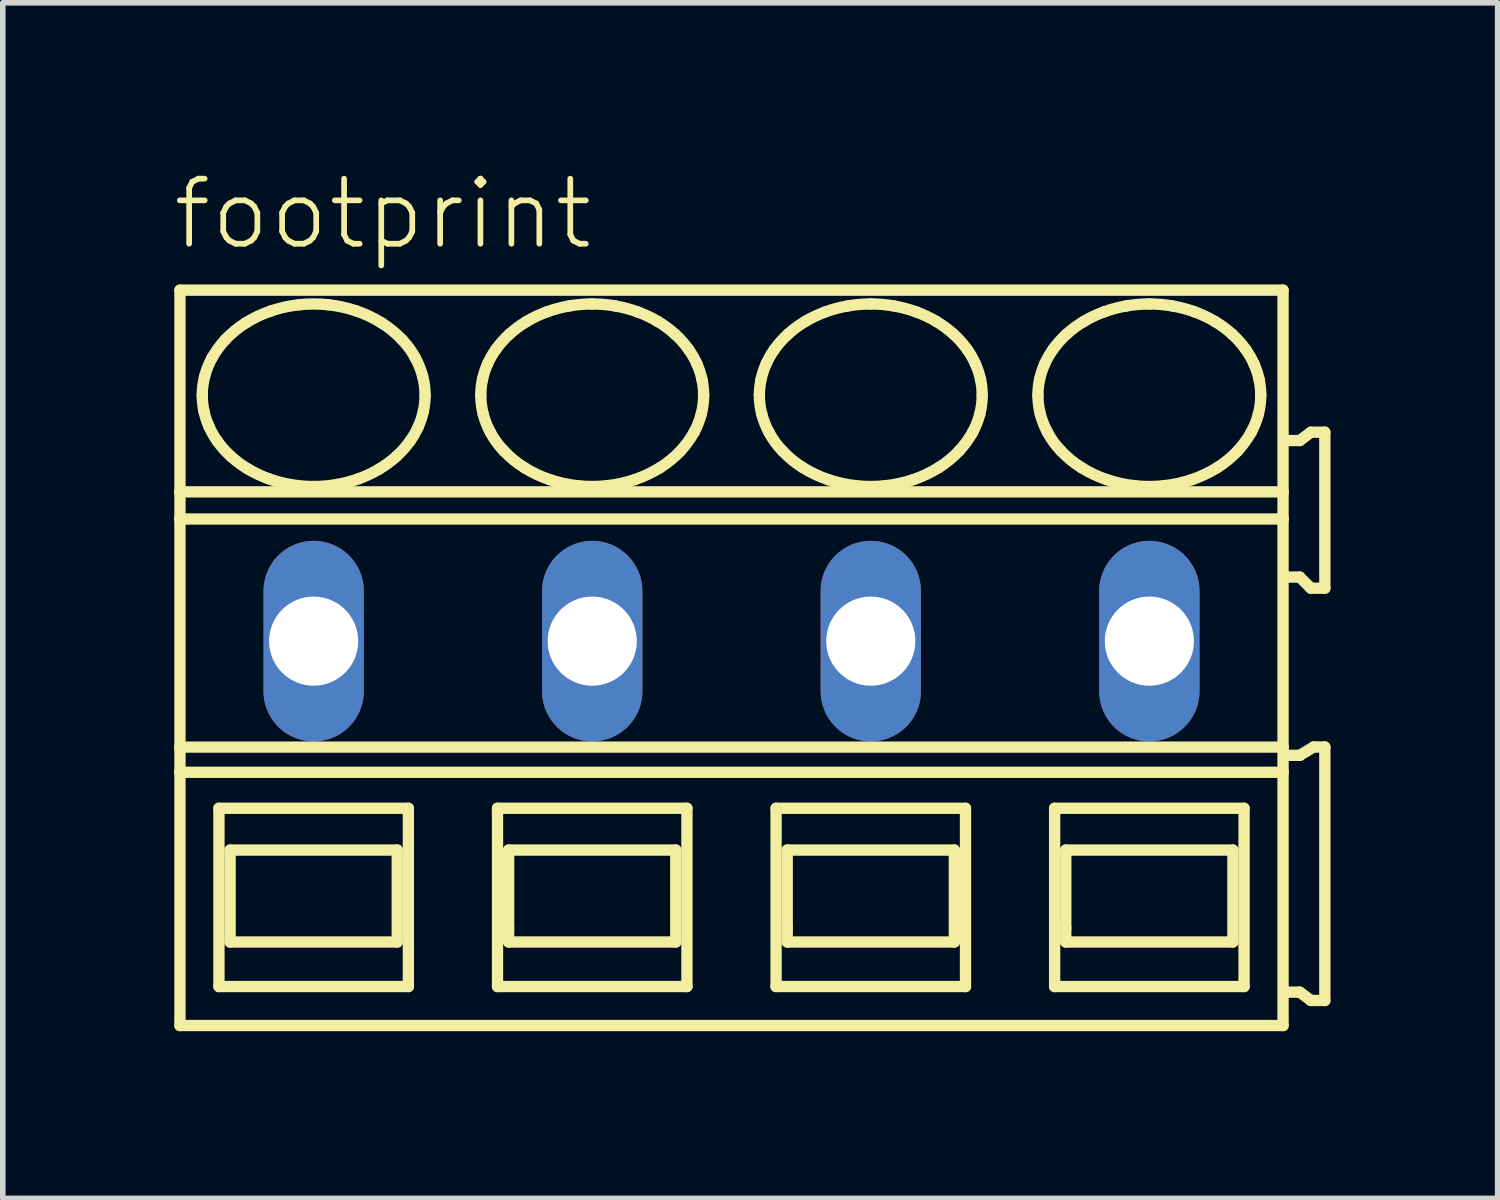
<source format=kicad_pcb>
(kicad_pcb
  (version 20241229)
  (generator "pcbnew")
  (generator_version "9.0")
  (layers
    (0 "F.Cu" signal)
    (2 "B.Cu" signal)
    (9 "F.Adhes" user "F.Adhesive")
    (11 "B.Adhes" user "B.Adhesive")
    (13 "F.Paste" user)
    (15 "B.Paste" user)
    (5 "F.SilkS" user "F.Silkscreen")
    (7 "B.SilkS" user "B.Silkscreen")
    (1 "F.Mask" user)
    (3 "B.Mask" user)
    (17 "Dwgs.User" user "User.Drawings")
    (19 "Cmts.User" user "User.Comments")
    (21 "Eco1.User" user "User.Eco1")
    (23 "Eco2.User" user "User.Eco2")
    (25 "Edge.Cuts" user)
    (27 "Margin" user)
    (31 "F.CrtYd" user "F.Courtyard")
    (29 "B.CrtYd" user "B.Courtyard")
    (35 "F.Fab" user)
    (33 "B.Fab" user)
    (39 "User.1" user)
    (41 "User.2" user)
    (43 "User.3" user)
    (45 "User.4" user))
  (footprint "footprint"
    (layer "F.Cu")
    (at 5.08 8.458)
    (property "Reference" "footprint" (at -5.08 -6.985 0) (layer "F.SilkS") (effects (font (size 1.168 1.168) (thickness 0.102)) (justify left bottom)))
    (fp_line (start -4.9 -6.3) (end -4.9 -2.679) (stroke (width 0.203) (type solid)) (layer "F.SilkS"))
    (fp_line (start -4.9 -2.679) (end -4.9 -2.192) (stroke (width 0.203) (type solid)) (layer "F.SilkS"))
    (fp_line (start -4.9 -2.192) (end -4.9 1.902) (stroke (width 0.203) (type solid)) (layer "F.SilkS"))
    (fp_line (start -4.9 1.902) (end -4.9 2.354) (stroke (width 0.203) (type solid)) (layer "F.SilkS"))
    (fp_line (start -4.9 2.354) (end -4.9 6.9) (stroke (width 0.203) (type solid)) (layer "F.SilkS"))
    (fp_line (start -4.9 6.9) (end 14.9 6.9) (stroke (width 0.203) (type solid)) (layer "F.SilkS"))
    (fp_line (start -4.2 3) (end -4.2 6.2) (stroke (width 0.203) (type solid)) (layer "F.SilkS"))
    (fp_line (start -4.2 6.2) (end -0.8 6.2) (stroke (width 0.203) (type solid)) (layer "F.SilkS"))
    (fp_line (start -4 3.75) (end -4 5.4) (stroke (width 0.203) (type solid)) (layer "F.SilkS"))
    (fp_line (start -4 5.4) (end -1 5.4) (stroke (width 0.203) (type solid)) (layer "F.SilkS"))
    (fp_line (start -1 3.75) (end -4 3.75) (stroke (width 0.203) (type solid)) (layer "F.SilkS"))
    (fp_line (start -1 5.4) (end -1 3.75) (stroke (width 0.203) (type solid)) (layer "F.SilkS"))
    (fp_line (start -0.8 3) (end -4.2 3) (stroke (width 0.203) (type solid)) (layer "F.SilkS"))
    (fp_line (start -0.8 6.2) (end -0.8 3) (stroke (width 0.203) (type solid)) (layer "F.SilkS"))
    (fp_line (start 0.8 3) (end 0.8 6.2) (stroke (width 0.203) (type solid)) (layer "F.SilkS"))
    (fp_line (start 0.8 6.2) (end 4.2 6.2) (stroke (width 0.203) (type solid)) (layer "F.SilkS"))
    (fp_line (start 1 3.75) (end 1 5.15) (stroke (width 0.203) (type solid)) (layer "F.SilkS"))
    (fp_line (start 1 5.15) (end 1 5.4) (stroke (width 0.203) (type solid)) (layer "F.SilkS"))
    (fp_line (start 1 5.4) (end 4 5.4) (stroke (width 0.203) (type solid)) (layer "F.SilkS"))
    (fp_line (start 4 3.75) (end 1 3.75) (stroke (width 0.203) (type solid)) (layer "F.SilkS"))
    (fp_line (start 4 5.4) (end 4 3.75) (stroke (width 0.203) (type solid)) (layer "F.SilkS"))
    (fp_line (start 4.2 3) (end 0.8 3) (stroke (width 0.203) (type solid)) (layer "F.SilkS"))
    (fp_line (start 4.2 6.2) (end 4.2 3) (stroke (width 0.203) (type solid)) (layer "F.SilkS"))
    (fp_line (start 5.8 3) (end 5.8 6.2) (stroke (width 0.203) (type solid)) (layer "F.SilkS"))
    (fp_line (start 5.8 6.2) (end 9.2 6.2) (stroke (width 0.203) (type solid)) (layer "F.SilkS"))
    (fp_line (start 6 3.75) (end 6 5.15) (stroke (width 0.203) (type solid)) (layer "F.SilkS"))
    (fp_line (start 6 5.15) (end 6 5.4) (stroke (width 0.203) (type solid)) (layer "F.SilkS"))
    (fp_line (start 6 5.4) (end 9 5.4) (stroke (width 0.203) (type solid)) (layer "F.SilkS"))
    (fp_line (start 9 3.75) (end 6 3.75) (stroke (width 0.203) (type solid)) (layer "F.SilkS"))
    (fp_line (start 9 5.4) (end 9 3.75) (stroke (width 0.203) (type solid)) (layer "F.SilkS"))
    (fp_line (start 9.2 3) (end 5.8 3) (stroke (width 0.203) (type solid)) (layer "F.SilkS"))
    (fp_line (start 9.2 6.2) (end 9.2 3) (stroke (width 0.203) (type solid)) (layer "F.SilkS"))
    (fp_line (start 10.8 3) (end 10.8 6.2) (stroke (width 0.203) (type solid)) (layer "F.SilkS"))
    (fp_line (start 10.8 6.2) (end 14.2 6.2) (stroke (width 0.203) (type solid)) (layer "F.SilkS"))
    (fp_line (start 11 3.75) (end 11 5.15) (stroke (width 0.203) (type solid)) (layer "F.SilkS"))
    (fp_line (start 11 5.15) (end 11 5.4) (stroke (width 0.203) (type solid)) (layer "F.SilkS"))
    (fp_line (start 11 5.4) (end 14 5.4) (stroke (width 0.203) (type solid)) (layer "F.SilkS"))
    (fp_line (start 14 3.75) (end 11 3.75) (stroke (width 0.203) (type solid)) (layer "F.SilkS"))
    (fp_line (start 14 5.4) (end 14 3.75) (stroke (width 0.203) (type solid)) (layer "F.SilkS"))
    (fp_line (start 14.2 3) (end 10.8 3) (stroke (width 0.203) (type solid)) (layer "F.SilkS"))
    (fp_line (start 14.2 6.2) (end 14.2 3) (stroke (width 0.203) (type solid)) (layer "F.SilkS"))
    (fp_line (start 14.9 -6.3) (end -4.9 -6.3) (stroke (width 0.203) (type solid)) (layer "F.SilkS"))
    (fp_line (start 14.9 -2.679) (end -4.9 -2.679) (stroke (width 0.203) (type solid)) (layer "F.SilkS"))
    (fp_line (start 14.9 -2.679) (end 14.9 -6.3) (stroke (width 0.203) (type solid)) (layer "F.SilkS"))
    (fp_line (start 14.9 -2.192) (end -4.9 -2.192) (stroke (width 0.203) (type solid)) (layer "F.SilkS"))
    (fp_line (start 14.9 -2.192) (end 14.9 -2.679) (stroke (width 0.203) (type solid)) (layer "F.SilkS"))
    (fp_line (start 14.9 1.902) (end -4.9 1.902) (stroke (width 0.203) (type solid)) (layer "F.SilkS"))
    (fp_line (start 14.9 1.902) (end 14.9 -2.192) (stroke (width 0.203) (type solid)) (layer "F.SilkS"))
    (fp_line (start 14.9 2.354) (end -4.9 2.354) (stroke (width 0.203) (type solid)) (layer "F.SilkS"))
    (fp_line (start 14.9 2.354) (end 14.9 1.902) (stroke (width 0.203) (type solid)) (layer "F.SilkS"))
    (fp_line (start 14.9 6.9) (end 14.9 2.354) (stroke (width 0.203) (type solid)) (layer "F.SilkS"))
    (fp_line (start 15 -1.15) (end 15.2 -1.15) (stroke (width 0.203) (type solid)) (layer "F.SilkS"))
    (fp_line (start 15 6.3) (end 15.2 6.3) (stroke (width 0.203) (type solid)) (layer "F.SilkS"))
    (fp_line (start 15.2 -3.6) (end 15 -3.6) (stroke (width 0.203) (type solid)) (layer "F.SilkS"))
    (fp_line (start 15.2 -1.15) (end 15.4 -0.95) (stroke (width 0.203) (type solid)) (layer "F.SilkS"))
    (fp_line (start 15.2 2.05) (end 15 2.05) (stroke (width 0.203) (type solid)) (layer "F.SilkS"))
    (fp_line (start 15.2 6.3) (end 15.4 6.45) (stroke (width 0.203) (type solid)) (layer "F.SilkS"))
    (fp_line (start 15.4 -3.75) (end 15.2 -3.6) (stroke (width 0.203) (type solid)) (layer "F.SilkS"))
    (fp_line (start 15.4 -0.95) (end 15.65 -0.95) (stroke (width 0.203) (type solid)) (layer "F.SilkS"))
    (fp_line (start 15.4 6.45) (end 15.65 6.45) (stroke (width 0.203) (type solid)) (layer "F.SilkS"))
    (fp_line (start 15.45 1.9) (end 15.2 2.05) (stroke (width 0.203) (type solid)) (layer "F.SilkS"))
    (fp_line (start 15.65 -3.75) (end 15.4 -3.75) (stroke (width 0.203) (type solid)) (layer "F.SilkS"))
    (fp_line (start 15.65 -0.95) (end 15.65 -3.75) (stroke (width 0.203) (type solid)) (layer "F.SilkS"))
    (fp_line (start 15.65 1.9) (end 15.45 1.9) (stroke (width 0.203) (type solid)) (layer "F.SilkS"))
    (fp_line (start 15.65 6.45) (end 15.65 1.9) (stroke (width 0.203) (type solid)) (layer "F.SilkS"))
    (fp_arc (start -4.5 -4.4136) (mid -4.488905 -4.585389) (end -4.4562 -4.7544) (stroke (width 0.2032) (type solid)) (layer "F.SilkS"))
    (fp_arc (start -4.4695 -4.1287) (mid -4.492308 -4.270341) (end -4.5 -4.4136) (stroke (width 0.2032) (type solid)) (layer "F.SilkS"))
    (fp_arc (start -4.4562 -4.7544) (mid -4.401558 -4.920839) (end -4.3273 -5.0795) (stroke (width 0.2032) (type solid)) (layer "F.SilkS"))
    (fp_arc (start -4.3795 -3.8536) (mid -4.431599 -3.988827) (end -4.4695 -4.1287) (stroke (width 0.2032) (type solid)) (layer "F.SilkS"))
    (fp_arc (start -4.3274 -5.0795) (mid -4.216217 -5.252167) (end -4.0864 -5.4113) (stroke (width 0.2032) (type solid)) (layer "F.SilkS"))
    (fp_arc (start -4.232 -3.5945) (mid -4.312155 -3.720404) (end -4.3795 -3.8536) (stroke (width 0.2032) (type solid)) (layer "F.SilkS"))
    (fp_arc (start -4.0864 -5.4113) (mid -3.911717 -5.573771) (end -3.718 -5.713) (stroke (width 0.2032) (type solid)) (layer "F.SilkS"))
    (fp_arc (start -3.9861 -3.3171) (mid -4.116737 -3.448975) (end -4.2321 -3.5944) (stroke (width 0.2032) (type solid)) (layer "F.SilkS"))
    (fp_arc (start -3.718 -5.713) (mid -3.497651 -5.83326) (end -3.2649 -5.9273) (stroke (width 0.2032) (type solid)) (layer "F.SilkS"))
    (fp_arc (start -3.676 -3.0884) (mid -3.836846 -3.194891) (end -3.9861 -3.3171) (stroke (width 0.2032) (type solid)) (layer "F.SilkS"))
    (fp_arc (start -3.313 -2.9167) (mid -3.498551 -2.993985) (end -3.676 -3.0884) (stroke (width 0.2032) (type solid)) (layer "F.SilkS"))
    (fp_arc (start -3.2649 -5.9273) (mid -3.016253 -5.996227) (end -2.7616 -6.0378) (stroke (width 0.2032) (type solid)) (layer "F.SilkS"))
    (fp_arc (start -2.9161 -2.8111) (mid -3.116893 -2.855096) (end -3.313 -2.9167) (stroke (width 0.2032) (type solid)) (layer "F.SilkS"))
    (fp_arc (start -2.7616 -6.0378) (mid -2.5 -6.051841) (end -2.2384 -6.0378) (stroke (width 0.2032) (type solid)) (layer "F.SilkS"))
    (fp_arc (start -2.5 -2.7752) (mid -2.708826 -2.784159) (end -2.9161 -2.8111) (stroke (width 0.2032) (type solid)) (layer "F.SilkS"))
    (fp_arc (start -2.2384 -6.0378) (mid -1.983714 -5.996379) (end -1.7351 -5.9273) (stroke (width 0.2032) (type solid)) (layer "F.SilkS"))
    (fp_arc (start -2.0839 -2.8111) (mid -2.291182 -2.784277) (end -2.5 -2.7753) (stroke (width 0.2032) (type solid)) (layer "F.SilkS"))
    (fp_arc (start -1.7351 -5.9273) (mid -1.502222 -5.83353) (end -1.282 -5.713) (stroke (width 0.2032) (type solid)) (layer "F.SilkS"))
    (fp_arc (start -1.687 -2.9167) (mid -1.883129 -2.855175) (end -2.0839 -2.8111) (stroke (width 0.2032) (type solid)) (layer "F.SilkS"))
    (fp_arc (start -1.324 -3.0884) (mid -1.501514 -2.994123) (end -1.687 -2.9167) (stroke (width 0.2032) (type solid)) (layer "F.SilkS"))
    (fp_arc (start -1.282 -5.713) (mid -1.088036 -5.574073) (end -0.9136 -5.4113) (stroke (width 0.2032) (type solid)) (layer "F.SilkS"))
    (fp_arc (start -1.0139 -3.3171) (mid -1.163276 -3.195057) (end -1.324 -3.0884) (stroke (width 0.2032) (type solid)) (layer "F.SilkS"))
    (fp_arc (start -0.9137 -5.4112) (mid -0.781313 -5.253987) (end -0.6727 -5.0795) (stroke (width 0.2032) (type solid)) (layer "F.SilkS"))
    (fp_arc (start -0.7679 -3.5944) (mid -0.88339 -3.449088) (end -1.0139 -3.3171) (stroke (width 0.2032) (type solid)) (layer "F.SilkS"))
    (fp_arc (start -0.6727 -5.0795) (mid -0.598286 -4.920901) (end -0.5438 -4.7544) (stroke (width 0.2032) (type solid)) (layer "F.SilkS"))
    (fp_arc (start -0.6204 -3.8536) (mid -0.687861 -3.720421) (end -0.7679 -3.5944) (stroke (width 0.2032) (type solid)) (layer "F.SilkS"))
    (fp_arc (start -0.5438 -4.7544) (mid -0.511083 -4.58539) (end -0.5 -4.4136) (stroke (width 0.2032) (type solid)) (layer "F.SilkS"))
    (fp_arc (start -0.5305 -4.1287) (mid -0.568473 -3.988851) (end -0.6205 -3.8536) (stroke (width 0.2032) (type solid)) (layer "F.SilkS"))
    (fp_arc (start -0.5001 -4.4136) (mid -0.507739 -4.270343) (end -0.5305 -4.1287) (stroke (width 0.2032) (type solid)) (layer "F.SilkS"))
    (fp_arc (start 0.5 -4.4136) (mid 0.507693 -4.556809) (end 0.5305 -4.6984) (stroke (width 0.2032) (type solid)) (layer "F.SilkS"))
    (fp_arc (start 0.5305 -4.6984) (mid 0.568467 -4.8383) (end 0.6205 -4.9736) (stroke (width 0.2032) (type solid)) (layer "F.SilkS"))
    (fp_arc (start 0.5438 -4.0727) (mid 0.511073 -4.241759) (end 0.5 -4.4136) (stroke (width 0.2032) (type solid)) (layer "F.SilkS"))
    (fp_arc (start 0.6204 -4.9736) (mid 0.687866 -5.106728) (end 0.7679 -5.2327) (stroke (width 0.2032) (type solid)) (layer "F.SilkS"))
    (fp_arc (start 0.6727 -3.7476) (mid 0.598289 -3.9062) (end 0.5438 -4.0727) (stroke (width 0.2032) (type solid)) (layer "F.SilkS"))
    (fp_arc (start 0.7679 -5.2327) (mid 0.883386 -5.378016) (end 1.0139 -5.51) (stroke (width 0.2032) (type solid)) (layer "F.SilkS"))
    (fp_arc (start 0.9136 -3.4159) (mid 0.781267 -3.57312) (end 0.6727 -3.7476) (stroke (width 0.2032) (type solid)) (layer "F.SilkS"))
    (fp_arc (start 1.0139 -5.51) (mid 1.163277 -5.632042) (end 1.324 -5.7387) (stroke (width 0.2032) (type solid)) (layer "F.SilkS"))
    (fp_arc (start 1.282 -3.1141) (mid 1.088032 -3.253077) (end 0.9136 -3.4159) (stroke (width 0.2032) (type solid)) (layer "F.SilkS"))
    (fp_arc (start 1.324 -5.7387) (mid 1.501514 -5.832977) (end 1.687 -5.9104) (stroke (width 0.2032) (type solid)) (layer "F.SilkS"))
    (fp_arc (start 1.687 -5.9104) (mid 1.883129 -5.971925) (end 2.0839 -6.016) (stroke (width 0.2032) (type solid)) (layer "F.SilkS"))
    (fp_arc (start 1.7351 -2.8998) (mid 1.502222 -2.993571) (end 1.282 -3.1141) (stroke (width 0.2032) (type solid)) (layer "F.SilkS"))
    (fp_arc (start 2.0839 -6.0161) (mid 2.291183 -6.042919) (end 2.5 -6.0519) (stroke (width 0.2032) (type solid)) (layer "F.SilkS"))
    (fp_arc (start 2.2384 -2.7893) (mid 1.983714 -2.830721) (end 1.7351 -2.8998) (stroke (width 0.2032) (type solid)) (layer "F.SilkS"))
    (fp_arc (start 2.5 -6.0519) (mid 2.708826 -6.042941) (end 2.9161 -6.016) (stroke (width 0.2032) (type solid)) (layer "F.SilkS"))
    (fp_arc (start 2.7616 -2.7893) (mid 2.5 -2.775259) (end 2.2384 -2.7893) (stroke (width 0.2032) (type solid)) (layer "F.SilkS"))
    (fp_arc (start 2.9161 -6.016) (mid 3.116893 -5.972004) (end 3.313 -5.9104) (stroke (width 0.2032) (type solid)) (layer "F.SilkS"))
    (fp_arc (start 3.2649 -2.8998) (mid 3.016253 -2.830873) (end 2.7616 -2.7893) (stroke (width 0.2032) (type solid)) (layer "F.SilkS"))
    (fp_arc (start 3.313 -5.9104) (mid 3.498552 -5.833116) (end 3.676 -5.7387) (stroke (width 0.2032) (type solid)) (layer "F.SilkS"))
    (fp_arc (start 3.676 -5.7387) (mid 3.836846 -5.632209) (end 3.9861 -5.51) (stroke (width 0.2032) (type solid)) (layer "F.SilkS"))
    (fp_arc (start 3.718 -3.1141) (mid 3.497651 -2.993839) (end 3.2649 -2.8998) (stroke (width 0.2032) (type solid)) (layer "F.SilkS"))
    (fp_arc (start 3.9861 -5.51) (mid 4.116738 -5.378126) (end 4.2321 -5.2327) (stroke (width 0.2032) (type solid)) (layer "F.SilkS"))
    (fp_arc (start 4.0864 -3.4159) (mid 3.911721 -3.253378) (end 3.718 -3.1141) (stroke (width 0.2032) (type solid)) (layer "F.SilkS"))
    (fp_arc (start 4.2321 -5.2327) (mid 4.312204 -5.106793) (end 4.3795 -4.9736) (stroke (width 0.2032) (type solid)) (layer "F.SilkS"))
    (fp_arc (start 4.3273 -3.7476) (mid 4.216161 -3.574988) (end 4.0864 -3.4159) (stroke (width 0.2032) (type solid)) (layer "F.SilkS"))
    (fp_arc (start 4.3795 -4.9736) (mid 4.431605 -4.838324) (end 4.4695 -4.6984) (stroke (width 0.2032) (type solid)) (layer "F.SilkS"))
    (fp_arc (start 4.4562 -4.0727) (mid 4.401557 -3.906262) (end 4.3273 -3.7476) (stroke (width 0.2032) (type solid)) (layer "F.SilkS"))
    (fp_arc (start 4.4695 -4.6984) (mid 4.4923 -4.556809) (end 4.5 -4.4136) (stroke (width 0.2032) (type solid)) (layer "F.SilkS"))
    (fp_arc (start 4.5 -4.4136) (mid 4.488914 -4.241761) (end 4.4562 -4.0727) (stroke (width 0.2032) (type solid)) (layer "F.SilkS"))
    (fp_arc (start 5.5 -4.4136) (mid 5.507693 -4.556809) (end 5.5305 -4.6984) (stroke (width 0.2032) (type solid)) (layer "F.SilkS"))
    (fp_arc (start 5.5305 -4.6984) (mid 5.568467 -4.8383) (end 5.6205 -4.9736) (stroke (width 0.2032) (type solid)) (layer "F.SilkS"))
    (fp_arc (start 5.5438 -4.0727) (mid 5.511073 -4.241759) (end 5.5 -4.4136) (stroke (width 0.2032) (type solid)) (layer "F.SilkS"))
    (fp_arc (start 5.6204 -4.9736) (mid 5.687866 -5.106728) (end 5.7679 -5.2327) (stroke (width 0.2032) (type solid)) (layer "F.SilkS"))
    (fp_arc (start 5.6727 -3.7476) (mid 5.598289 -3.9062) (end 5.5438 -4.0727) (stroke (width 0.2032) (type solid)) (layer "F.SilkS"))
    (fp_arc (start 5.7679 -5.2327) (mid 5.883386 -5.378016) (end 6.0139 -5.51) (stroke (width 0.2032) (type solid)) (layer "F.SilkS"))
    (fp_arc (start 5.9136 -3.4159) (mid 5.781267 -3.57312) (end 5.6727 -3.7476) (stroke (width 0.2032) (type solid)) (layer "F.SilkS"))
    (fp_arc (start 6.0139 -5.51) (mid 6.163277 -5.632042) (end 6.324 -5.7387) (stroke (width 0.2032) (type solid)) (layer "F.SilkS"))
    (fp_arc (start 6.282 -3.1141) (mid 6.088032 -3.253077) (end 5.9136 -3.4159) (stroke (width 0.2032) (type solid)) (layer "F.SilkS"))
    (fp_arc (start 6.324 -5.7387) (mid 6.501514 -5.832977) (end 6.687 -5.9104) (stroke (width 0.2032) (type solid)) (layer "F.SilkS"))
    (fp_arc (start 6.687 -5.9104) (mid 6.883129 -5.971925) (end 7.0839 -6.016) (stroke (width 0.2032) (type solid)) (layer "F.SilkS"))
    (fp_arc (start 6.7351 -2.8998) (mid 6.502222 -2.993571) (end 6.282 -3.1141) (stroke (width 0.2032) (type solid)) (layer "F.SilkS"))
    (fp_arc (start 7.0839 -6.0161) (mid 7.291183 -6.042919) (end 7.5 -6.0519) (stroke (width 0.2032) (type solid)) (layer "F.SilkS"))
    (fp_arc (start 7.2384 -2.7893) (mid 6.983714 -2.830721) (end 6.7351 -2.8998) (stroke (width 0.2032) (type solid)) (layer "F.SilkS"))
    (fp_arc (start 7.5 -6.0519) (mid 7.708826 -6.042941) (end 7.9161 -6.016) (stroke (width 0.2032) (type solid)) (layer "F.SilkS"))
    (fp_arc (start 7.7616 -2.7893) (mid 7.5 -2.775259) (end 7.2384 -2.7893) (stroke (width 0.2032) (type solid)) (layer "F.SilkS"))
    (fp_arc (start 7.9161 -6.016) (mid 8.116893 -5.972004) (end 8.313 -5.9104) (stroke (width 0.2032) (type solid)) (layer "F.SilkS"))
    (fp_arc (start 8.2649 -2.8998) (mid 8.016253 -2.830873) (end 7.7616 -2.7893) (stroke (width 0.2032) (type solid)) (layer "F.SilkS"))
    (fp_arc (start 8.313 -5.9104) (mid 8.498552 -5.833116) (end 8.676 -5.7387) (stroke (width 0.2032) (type solid)) (layer "F.SilkS"))
    (fp_arc (start 8.676 -5.7387) (mid 8.836846 -5.632209) (end 8.9861 -5.51) (stroke (width 0.2032) (type solid)) (layer "F.SilkS"))
    (fp_arc (start 8.718 -3.1141) (mid 8.497651 -2.993839) (end 8.2649 -2.8998) (stroke (width 0.2032) (type solid)) (layer "F.SilkS"))
    (fp_arc (start 8.9861 -5.51) (mid 9.116738 -5.378126) (end 9.2321 -5.2327) (stroke (width 0.2032) (type solid)) (layer "F.SilkS"))
    (fp_arc (start 9.0864 -3.4159) (mid 8.911721 -3.253378) (end 8.718 -3.1141) (stroke (width 0.2032) (type solid)) (layer "F.SilkS"))
    (fp_arc (start 9.2321 -5.2327) (mid 9.312204 -5.106793) (end 9.3795 -4.9736) (stroke (width 0.2032) (type solid)) (layer "F.SilkS"))
    (fp_arc (start 9.3273 -3.7476) (mid 9.216161 -3.574988) (end 9.0864 -3.4159) (stroke (width 0.2032) (type solid)) (layer "F.SilkS"))
    (fp_arc (start 9.3795 -4.9736) (mid 9.431605 -4.838324) (end 9.4695 -4.6984) (stroke (width 0.2032) (type solid)) (layer "F.SilkS"))
    (fp_arc (start 9.4562 -4.0727) (mid 9.401557 -3.906262) (end 9.3273 -3.7476) (stroke (width 0.2032) (type solid)) (layer "F.SilkS"))
    (fp_arc (start 9.4695 -4.6984) (mid 9.4923 -4.556809) (end 9.5 -4.4136) (stroke (width 0.2032) (type solid)) (layer "F.SilkS"))
    (fp_arc (start 9.5 -4.4136) (mid 9.488914 -4.241761) (end 9.4562 -4.0727) (stroke (width 0.2032) (type solid)) (layer "F.SilkS"))
    (fp_arc (start 10.5 -4.4136) (mid 10.507693 -4.556809) (end 10.5305 -4.6984) (stroke (width 0.2032) (type solid)) (layer "F.SilkS"))
    (fp_arc (start 10.5305 -4.6984) (mid 10.568467 -4.8383) (end 10.6205 -4.9736) (stroke (width 0.2032) (type solid)) (layer "F.SilkS"))
    (fp_arc (start 10.5438 -4.0727) (mid 10.511073 -4.241759) (end 10.5 -4.4136) (stroke (width 0.2032) (type solid)) (layer "F.SilkS"))
    (fp_arc (start 10.6204 -4.9736) (mid 10.687866 -5.106728) (end 10.7679 -5.2327) (stroke (width 0.2032) (type solid)) (layer "F.SilkS"))
    (fp_arc (start 10.6727 -3.7476) (mid 10.598289 -3.9062) (end 10.5438 -4.0727) (stroke (width 0.2032) (type solid)) (layer "F.SilkS"))
    (fp_arc (start 10.7679 -5.2327) (mid 10.883386 -5.378016) (end 11.0139 -5.51) (stroke (width 0.2032) (type solid)) (layer "F.SilkS"))
    (fp_arc (start 10.9136 -3.4159) (mid 10.781267 -3.57312) (end 10.6727 -3.7476) (stroke (width 0.2032) (type solid)) (layer "F.SilkS"))
    (fp_arc (start 11.0139 -5.51) (mid 11.163277 -5.632042) (end 11.324 -5.7387) (stroke (width 0.2032) (type solid)) (layer "F.SilkS"))
    (fp_arc (start 11.282 -3.1141) (mid 11.088032 -3.253077) (end 10.9136 -3.4159) (stroke (width 0.2032) (type solid)) (layer "F.SilkS"))
    (fp_arc (start 11.324 -5.7387) (mid 11.501514 -5.832977) (end 11.687 -5.9104) (stroke (width 0.2032) (type solid)) (layer "F.SilkS"))
    (fp_arc (start 11.687 -5.9104) (mid 11.883129 -5.971925) (end 12.0839 -6.016) (stroke (width 0.2032) (type solid)) (layer "F.SilkS"))
    (fp_arc (start 11.7351 -2.8998) (mid 11.502222 -2.993571) (end 11.282 -3.1141) (stroke (width 0.2032) (type solid)) (layer "F.SilkS"))
    (fp_arc (start 12.0839 -6.0161) (mid 12.291183 -6.042919) (end 12.5 -6.0519) (stroke (width 0.2032) (type solid)) (layer "F.SilkS"))
    (fp_arc (start 12.2384 -2.7893) (mid 11.983714 -2.830721) (end 11.7351 -2.8998) (stroke (width 0.2032) (type solid)) (layer "F.SilkS"))
    (fp_arc (start 12.5 -6.0519) (mid 12.708826 -6.042941) (end 12.9161 -6.016) (stroke (width 0.2032) (type solid)) (layer "F.SilkS"))
    (fp_arc (start 12.7616 -2.7893) (mid 12.5 -2.775259) (end 12.2384 -2.7893) (stroke (width 0.2032) (type solid)) (layer "F.SilkS"))
    (fp_arc (start 12.9161 -6.016) (mid 13.116893 -5.972004) (end 13.313 -5.9104) (stroke (width 0.2032) (type solid)) (layer "F.SilkS"))
    (fp_arc (start 13.2649 -2.8998) (mid 13.016253 -2.830873) (end 12.7616 -2.7893) (stroke (width 0.2032) (type solid)) (layer "F.SilkS"))
    (fp_arc (start 13.313 -5.9104) (mid 13.498552 -5.833116) (end 13.676 -5.7387) (stroke (width 0.2032) (type solid)) (layer "F.SilkS"))
    (fp_arc (start 13.676 -5.7387) (mid 13.836846 -5.632209) (end 13.9861 -5.51) (stroke (width 0.2032) (type solid)) (layer "F.SilkS"))
    (fp_arc (start 13.718 -3.1141) (mid 13.497651 -2.993839) (end 13.2649 -2.8998) (stroke (width 0.2032) (type solid)) (layer "F.SilkS"))
    (fp_arc (start 13.9861 -5.51) (mid 14.116738 -5.378126) (end 14.2321 -5.2327) (stroke (width 0.2032) (type solid)) (layer "F.SilkS"))
    (fp_arc (start 14.0864 -3.4159) (mid 13.911721 -3.253378) (end 13.718 -3.1141) (stroke (width 0.2032) (type solid)) (layer "F.SilkS"))
    (fp_arc (start 14.2321 -5.2327) (mid 14.312204 -5.106793) (end 14.3795 -4.9736) (stroke (width 0.2032) (type solid)) (layer "F.SilkS"))
    (fp_arc (start 14.3273 -3.7476) (mid 14.216161 -3.574988) (end 14.0864 -3.4159) (stroke (width 0.2032) (type solid)) (layer "F.SilkS"))
    (fp_arc (start 14.3795 -4.9736) (mid 14.431605 -4.838324) (end 14.4695 -4.6984) (stroke (width 0.2032) (type solid)) (layer "F.SilkS"))
    (fp_arc (start 14.4562 -4.0727) (mid 14.401557 -3.906262) (end 14.3273 -3.7476) (stroke (width 0.2032) (type solid)) (layer "F.SilkS"))
    (fp_arc (start 14.4695 -4.6984) (mid 14.4923 -4.556809) (end 14.5 -4.4136) (stroke (width 0.2032) (type solid)) (layer "F.SilkS"))
    (fp_arc (start 14.5 -4.4136) (mid 14.488914 -4.241761) (end 14.4562 -4.0727) (stroke (width 0.2032) (type solid)) (layer "F.SilkS"))
    (pad "1" thru_hole oval (at -2.5 0 90) (size 3.6 1.8) (drill 1.6) (layers "*.Cu" "*.Mask"))
    (pad "2" thru_hole oval (at 2.5 0 90) (size 3.6 1.8) (drill 1.6) (layers "*.Cu" "*.Mask"))
    (pad "3" thru_hole oval (at 7.5 0 90) (size 3.6 1.8) (drill 1.6) (layers "*.Cu" "*.Mask"))
    (pad "4" thru_hole oval (at 12.5 0 90) (size 3.6 1.8) (drill 1.6) (layers "*.Cu" "*.Mask")))
  (gr_rect
    (start -3 -3)
    (end 23.832 18.46)
    (stroke (width 0.1) (type default))
    (fill no)
    (layer "Edge.Cuts")))
</source>
